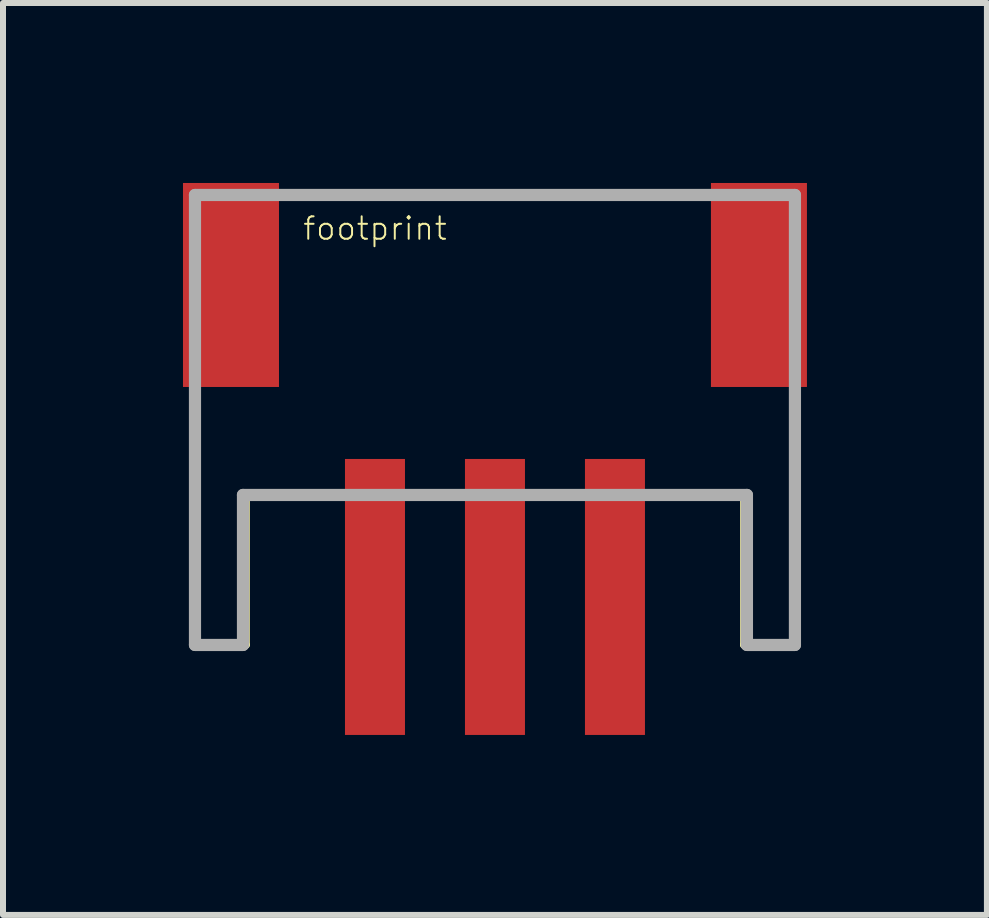
<source format=kicad_pcb>
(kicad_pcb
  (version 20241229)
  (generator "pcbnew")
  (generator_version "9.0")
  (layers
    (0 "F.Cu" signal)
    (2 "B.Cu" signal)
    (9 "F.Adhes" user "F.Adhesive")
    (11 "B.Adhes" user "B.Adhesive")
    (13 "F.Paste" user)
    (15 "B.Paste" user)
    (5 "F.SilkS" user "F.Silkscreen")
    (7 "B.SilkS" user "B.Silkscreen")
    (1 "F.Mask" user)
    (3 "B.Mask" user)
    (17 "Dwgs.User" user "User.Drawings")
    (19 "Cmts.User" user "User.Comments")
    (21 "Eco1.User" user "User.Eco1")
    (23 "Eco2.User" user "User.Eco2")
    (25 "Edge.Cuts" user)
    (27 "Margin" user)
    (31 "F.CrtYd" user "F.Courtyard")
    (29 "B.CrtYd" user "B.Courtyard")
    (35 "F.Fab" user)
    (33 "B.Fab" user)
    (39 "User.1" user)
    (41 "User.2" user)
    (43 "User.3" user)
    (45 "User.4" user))
  (footprint "footprint"
    (layer "F.Cu")
    (at 5.2 4.2)
    (property "Reference" "footprint" (at -3.223 -3.223 0) (layer "F.SilkS") (effects (font (size 0.374 0.374) (thickness 0.033)) (justify left bottom)))
    (fp_line (start -5 3.5) (end -5 -0.5) (stroke (width 0.127) (type solid)) (layer "F.SilkS"))
    (fp_line (start -4.15 1) (end -4.15 3.5) (stroke (width 0.127) (type solid)) (layer "F.SilkS"))
    (fp_line (start -4.15 3.5) (end -5 3.5) (stroke (width 0.127) (type solid)) (layer "F.SilkS"))
    (fp_line (start -3.25 -4) (end 3.25 -4) (stroke (width 0.127) (type solid)) (layer "F.SilkS"))
    (fp_line (start -2.75 1) (end -4.15 1) (stroke (width 0.127) (type solid)) (layer "F.SilkS"))
    (fp_line (start 4.15 1) (end 0.75 1) (stroke (width 0.127) (type solid)) (layer "F.SilkS"))
    (fp_line (start 4.15 3.5) (end 4.15 1) (stroke (width 0.127) (type solid)) (layer "F.SilkS"))
    (fp_line (start 5 -0.5) (end 5 3.5) (stroke (width 0.127) (type solid)) (layer "F.SilkS"))
    (fp_line (start 5 3.5) (end 4.15 3.5) (stroke (width 0.127) (type solid)) (layer "F.SilkS"))
    (fp_line (start -5 -4) (end 5 -4) (stroke (width 0.203) (type solid)) (layer "F.Fab"))
    (fp_line (start -5 3.5) (end -5 -4) (stroke (width 0.203) (type solid)) (layer "F.Fab"))
    (fp_line (start -4.2 1) (end -4.2 3.5) (stroke (width 0.203) (type solid)) (layer "F.Fab"))
    (fp_line (start -4.2 3.5) (end -5 3.5) (stroke (width 0.203) (type solid)) (layer "F.Fab"))
    (fp_line (start 4.2 1) (end -4.2 1) (stroke (width 0.203) (type solid)) (layer "F.Fab"))
    (fp_line (start 4.2 3.5) (end 4.2 1) (stroke (width 0.203) (type solid)) (layer "F.Fab"))
    (fp_line (start 5 -4) (end 5 3.5) (stroke (width 0.203) (type solid)) (layer "F.Fab"))
    (fp_line (start 5 3.5) (end 4.2 3.5) (stroke (width 0.203) (type solid)) (layer "F.Fab"))
    (pad "1" smd rect (at -2 2.7) (size 1 4.6) (layers "F.Cu" "F.Mask" "F.Paste"))
    (pad "2" smd rect (at 0 2.7) (size 1 4.6) (layers "F.Cu" "F.Mask" "F.Paste"))
    (pad "3" smd rect (at 2 2.7) (size 1 4.6) (layers "F.Cu" "F.Mask" "F.Paste"))
    (pad "NC1" smd rect (at -4.4 -2.5 90) (size 3.4 1.6) (layers "F.Cu" "F.Mask" "F.Paste"))
    (pad "NC2" smd rect (at 4.4 -2.5 90) (size 3.4 1.6) (layers "F.Cu" "F.Mask" "F.Paste")))
  (gr_rect
    (start -3 -3)
    (end 13.4 12.2)
    (stroke (width 0.1) (type default))
    (fill no)
    (layer "Edge.Cuts")))
</source>
